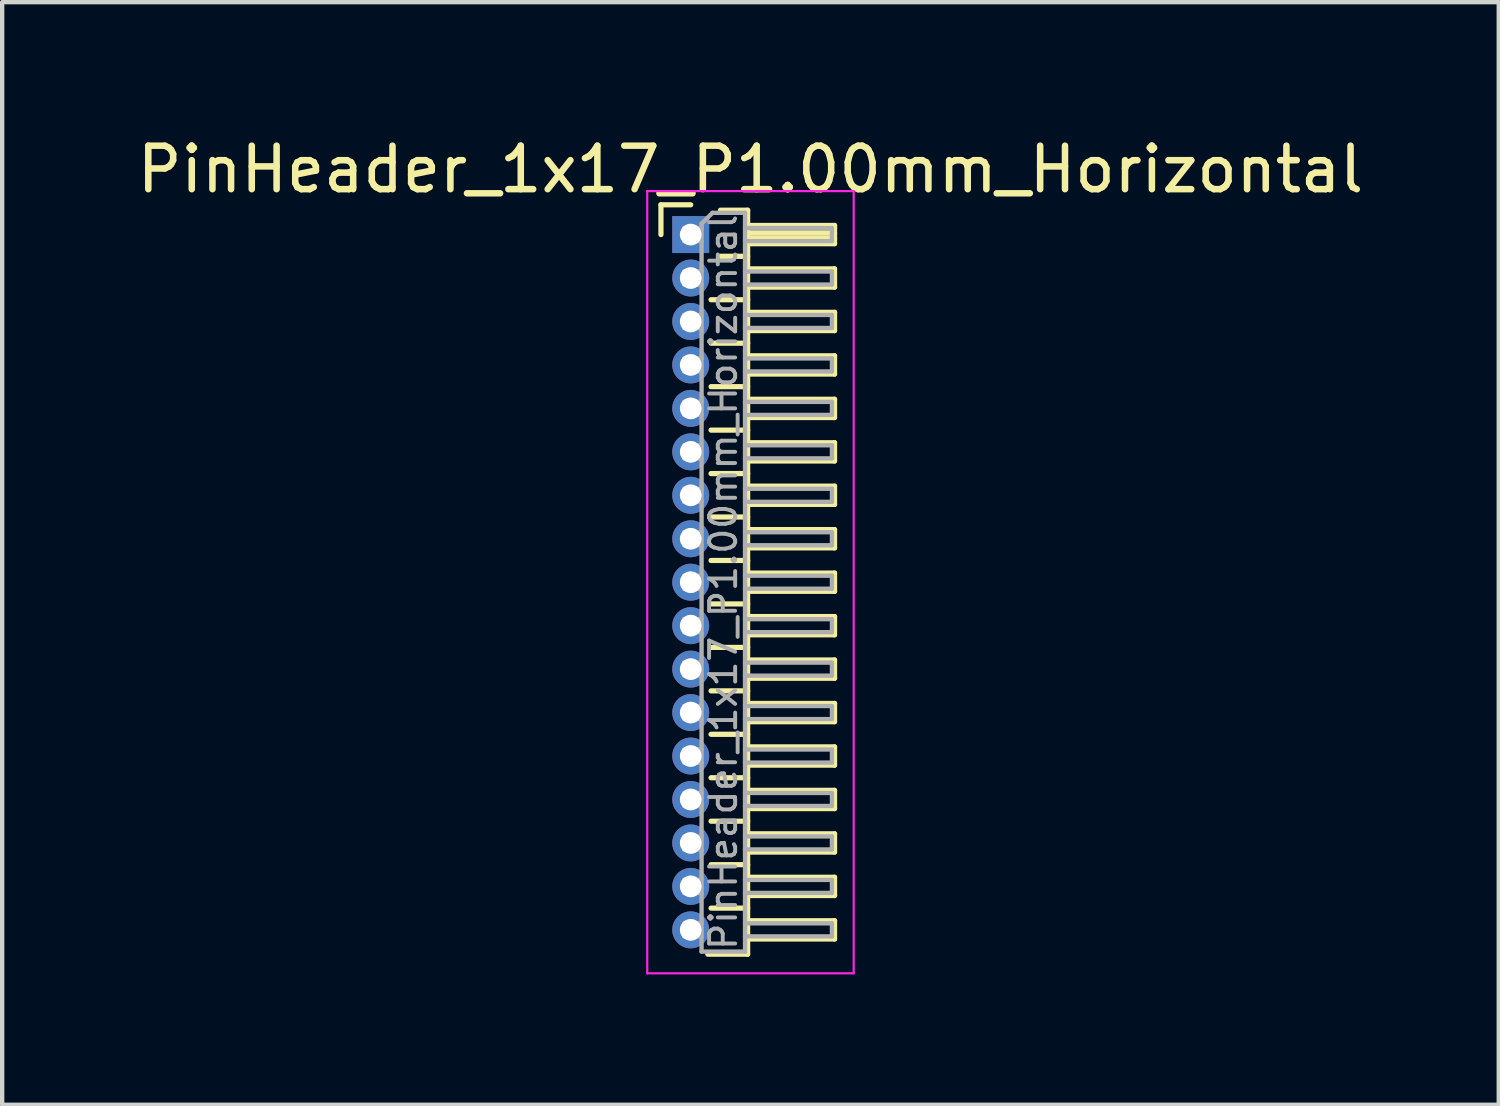
<source format=kicad_pcb>
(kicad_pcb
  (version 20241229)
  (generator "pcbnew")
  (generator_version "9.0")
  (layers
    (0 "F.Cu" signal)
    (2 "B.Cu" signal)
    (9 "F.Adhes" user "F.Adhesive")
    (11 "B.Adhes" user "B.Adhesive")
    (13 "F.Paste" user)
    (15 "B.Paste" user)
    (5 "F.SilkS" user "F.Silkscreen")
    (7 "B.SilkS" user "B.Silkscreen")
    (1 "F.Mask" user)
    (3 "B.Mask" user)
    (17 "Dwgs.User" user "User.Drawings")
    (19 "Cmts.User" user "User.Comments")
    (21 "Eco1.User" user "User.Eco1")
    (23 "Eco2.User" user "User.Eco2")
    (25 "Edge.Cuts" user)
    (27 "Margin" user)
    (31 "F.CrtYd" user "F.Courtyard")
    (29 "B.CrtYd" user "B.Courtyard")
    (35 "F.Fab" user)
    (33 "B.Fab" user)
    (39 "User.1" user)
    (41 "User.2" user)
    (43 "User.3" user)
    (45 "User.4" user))
  (footprint "PinHeader_1x17_P1.00mm_Horizontal"
    (layer "F.Cu")
    (at 12.845 2.348)
    (property "Reference" "PinHeader_1x17_P1.00mm_Horizontal" (at 1.375 -1.5 0) (layer "F.SilkS") (effects (font (size 1 1) (thickness 0.15))))
    (attr through_hole)
    (fp_line (start -0.685 -0.685) (end 0 -0.685) (stroke (width 0.12) (type solid)) (layer "F.SilkS"))
    (fp_line (start -0.685 0) (end -0.685 -0.685) (stroke (width 0.12) (type solid)) (layer "F.SilkS"))
    (fp_line (start 0.468 1.5) (end 1.31 1.5) (stroke (width 0.12) (type solid)) (layer "F.SilkS"))
    (fp_line (start 0.468 2.5) (end 1.31 2.5) (stroke (width 0.12) (type solid)) (layer "F.SilkS"))
    (fp_line (start 0.468 3.5) (end 1.31 3.5) (stroke (width 0.12) (type solid)) (layer "F.SilkS"))
    (fp_line (start 0.468 4.5) (end 1.31 4.5) (stroke (width 0.12) (type solid)) (layer "F.SilkS"))
    (fp_line (start 0.468 5.5) (end 1.31 5.5) (stroke (width 0.12) (type solid)) (layer "F.SilkS"))
    (fp_line (start 0.468 6.5) (end 1.31 6.5) (stroke (width 0.12) (type solid)) (layer "F.SilkS"))
    (fp_line (start 0.468 7.5) (end 1.31 7.5) (stroke (width 0.12) (type solid)) (layer "F.SilkS"))
    (fp_line (start 0.468 8.5) (end 1.31 8.5) (stroke (width 0.12) (type solid)) (layer "F.SilkS"))
    (fp_line (start 0.468 9.5) (end 1.31 9.5) (stroke (width 0.12) (type solid)) (layer "F.SilkS"))
    (fp_line (start 0.468 10.5) (end 1.31 10.5) (stroke (width 0.12) (type solid)) (layer "F.SilkS"))
    (fp_line (start 0.468 11.5) (end 1.31 11.5) (stroke (width 0.12) (type solid)) (layer "F.SilkS"))
    (fp_line (start 0.468 12.5) (end 1.31 12.5) (stroke (width 0.12) (type solid)) (layer "F.SilkS"))
    (fp_line (start 0.468 13.5) (end 1.31 13.5) (stroke (width 0.12) (type solid)) (layer "F.SilkS"))
    (fp_line (start 0.468 14.5) (end 1.31 14.5) (stroke (width 0.12) (type solid)) (layer "F.SilkS"))
    (fp_line (start 0.468 15.5) (end 1.31 15.5) (stroke (width 0.12) (type solid)) (layer "F.SilkS"))
    (fp_line (start 0.685 -0.56) (end 1.31 -0.56) (stroke (width 0.12) (type solid)) (layer "F.SilkS"))
    (fp_line (start 0.685 0.5) (end 1.31 0.5) (stroke (width 0.12) (type solid)) (layer "F.SilkS"))
    (fp_line (start 1.31 -0.56) (end 1.31 16.56) (stroke (width 0.12) (type solid)) (layer "F.SilkS"))
    (fp_line (start 1.31 -0.21) (end 3.31 -0.21) (stroke (width 0.12) (type solid)) (layer "F.SilkS"))
    (fp_line (start 1.31 -0.15) (end 3.31 -0.15) (stroke (width 0.12) (type solid)) (layer "F.SilkS"))
    (fp_line (start 1.31 -0.03) (end 3.31 -0.03) (stroke (width 0.12) (type solid)) (layer "F.SilkS"))
    (fp_line (start 1.31 0.09) (end 3.31 0.09) (stroke (width 0.12) (type solid)) (layer "F.SilkS"))
    (fp_line (start 1.31 0.79) (end 3.31 0.79) (stroke (width 0.12) (type solid)) (layer "F.SilkS"))
    (fp_line (start 1.31 1.79) (end 3.31 1.79) (stroke (width 0.12) (type solid)) (layer "F.SilkS"))
    (fp_line (start 1.31 2.79) (end 3.31 2.79) (stroke (width 0.12) (type solid)) (layer "F.SilkS"))
    (fp_line (start 1.31 3.79) (end 3.31 3.79) (stroke (width 0.12) (type solid)) (layer "F.SilkS"))
    (fp_line (start 1.31 4.79) (end 3.31 4.79) (stroke (width 0.12) (type solid)) (layer "F.SilkS"))
    (fp_line (start 1.31 5.79) (end 3.31 5.79) (stroke (width 0.12) (type solid)) (layer "F.SilkS"))
    (fp_line (start 1.31 6.79) (end 3.31 6.79) (stroke (width 0.12) (type solid)) (layer "F.SilkS"))
    (fp_line (start 1.31 7.79) (end 3.31 7.79) (stroke (width 0.12) (type solid)) (layer "F.SilkS"))
    (fp_line (start 1.31 8.79) (end 3.31 8.79) (stroke (width 0.12) (type solid)) (layer "F.SilkS"))
    (fp_line (start 1.31 9.79) (end 3.31 9.79) (stroke (width 0.12) (type solid)) (layer "F.SilkS"))
    (fp_line (start 1.31 10.79) (end 3.31 10.79) (stroke (width 0.12) (type solid)) (layer "F.SilkS"))
    (fp_line (start 1.31 11.79) (end 3.31 11.79) (stroke (width 0.12) (type solid)) (layer "F.SilkS"))
    (fp_line (start 1.31 12.79) (end 3.31 12.79) (stroke (width 0.12) (type solid)) (layer "F.SilkS"))
    (fp_line (start 1.31 13.79) (end 3.31 13.79) (stroke (width 0.12) (type solid)) (layer "F.SilkS"))
    (fp_line (start 1.31 14.79) (end 3.31 14.79) (stroke (width 0.12) (type solid)) (layer "F.SilkS"))
    (fp_line (start 1.31 15.79) (end 3.31 15.79) (stroke (width 0.12) (type solid)) (layer "F.SilkS"))
    (fp_line (start 1.31 16.56) (end 0.394 16.56) (stroke (width 0.12) (type solid)) (layer "F.SilkS"))
    (fp_line (start 3.31 -0.21) (end 3.31 0.21) (stroke (width 0.12) (type solid)) (layer "F.SilkS"))
    (fp_line (start 3.31 0.21) (end 1.31 0.21) (stroke (width 0.12) (type solid)) (layer "F.SilkS"))
    (fp_line (start 3.31 0.79) (end 3.31 1.21) (stroke (width 0.12) (type solid)) (layer "F.SilkS"))
    (fp_line (start 3.31 1.21) (end 1.31 1.21) (stroke (width 0.12) (type solid)) (layer "F.SilkS"))
    (fp_line (start 3.31 1.79) (end 3.31 2.21) (stroke (width 0.12) (type solid)) (layer "F.SilkS"))
    (fp_line (start 3.31 2.21) (end 1.31 2.21) (stroke (width 0.12) (type solid)) (layer "F.SilkS"))
    (fp_line (start 3.31 2.79) (end 3.31 3.21) (stroke (width 0.12) (type solid)) (layer "F.SilkS"))
    (fp_line (start 3.31 3.21) (end 1.31 3.21) (stroke (width 0.12) (type solid)) (layer "F.SilkS"))
    (fp_line (start 3.31 3.79) (end 3.31 4.21) (stroke (width 0.12) (type solid)) (layer "F.SilkS"))
    (fp_line (start 3.31 4.21) (end 1.31 4.21) (stroke (width 0.12) (type solid)) (layer "F.SilkS"))
    (fp_line (start 3.31 4.79) (end 3.31 5.21) (stroke (width 0.12) (type solid)) (layer "F.SilkS"))
    (fp_line (start 3.31 5.21) (end 1.31 5.21) (stroke (width 0.12) (type solid)) (layer "F.SilkS"))
    (fp_line (start 3.31 5.79) (end 3.31 6.21) (stroke (width 0.12) (type solid)) (layer "F.SilkS"))
    (fp_line (start 3.31 6.21) (end 1.31 6.21) (stroke (width 0.12) (type solid)) (layer "F.SilkS"))
    (fp_line (start 3.31 6.79) (end 3.31 7.21) (stroke (width 0.12) (type solid)) (layer "F.SilkS"))
    (fp_line (start 3.31 7.21) (end 1.31 7.21) (stroke (width 0.12) (type solid)) (layer "F.SilkS"))
    (fp_line (start 3.31 7.79) (end 3.31 8.21) (stroke (width 0.12) (type solid)) (layer "F.SilkS"))
    (fp_line (start 3.31 8.21) (end 1.31 8.21) (stroke (width 0.12) (type solid)) (layer "F.SilkS"))
    (fp_line (start 3.31 8.79) (end 3.31 9.21) (stroke (width 0.12) (type solid)) (layer "F.SilkS"))
    (fp_line (start 3.31 9.21) (end 1.31 9.21) (stroke (width 0.12) (type solid)) (layer "F.SilkS"))
    (fp_line (start 3.31 9.79) (end 3.31 10.21) (stroke (width 0.12) (type solid)) (layer "F.SilkS"))
    (fp_line (start 3.31 10.21) (end 1.31 10.21) (stroke (width 0.12) (type solid)) (layer "F.SilkS"))
    (fp_line (start 3.31 10.79) (end 3.31 11.21) (stroke (width 0.12) (type solid)) (layer "F.SilkS"))
    (fp_line (start 3.31 11.21) (end 1.31 11.21) (stroke (width 0.12) (type solid)) (layer "F.SilkS"))
    (fp_line (start 3.31 11.79) (end 3.31 12.21) (stroke (width 0.12) (type solid)) (layer "F.SilkS"))
    (fp_line (start 3.31 12.21) (end 1.31 12.21) (stroke (width 0.12) (type solid)) (layer "F.SilkS"))
    (fp_line (start 3.31 12.79) (end 3.31 13.21) (stroke (width 0.12) (type solid)) (layer "F.SilkS"))
    (fp_line (start 3.31 13.21) (end 1.31 13.21) (stroke (width 0.12) (type solid)) (layer "F.SilkS"))
    (fp_line (start 3.31 13.79) (end 3.31 14.21) (stroke (width 0.12) (type solid)) (layer "F.SilkS"))
    (fp_line (start 3.31 14.21) (end 1.31 14.21) (stroke (width 0.12) (type solid)) (layer "F.SilkS"))
    (fp_line (start 3.31 14.79) (end 3.31 15.21) (stroke (width 0.12) (type solid)) (layer "F.SilkS"))
    (fp_line (start 3.31 15.21) (end 1.31 15.21) (stroke (width 0.12) (type solid)) (layer "F.SilkS"))
    (fp_line (start 3.31 15.79) (end 3.31 16.21) (stroke (width 0.12) (type solid)) (layer "F.SilkS"))
    (fp_line (start 3.31 16.21) (end 1.31 16.21) (stroke (width 0.12) (type solid)) (layer "F.SilkS"))
    (fp_line (start -1 -1) (end -1 17) (stroke (width 0.05) (type solid)) (layer "F.CrtYd"))
    (fp_line (start -1 17) (end 3.75 17) (stroke (width 0.05) (type solid)) (layer "F.CrtYd"))
    (fp_line (start 3.75 -1) (end -1 -1) (stroke (width 0.05) (type solid)) (layer "F.CrtYd"))
    (fp_line (start 3.75 17) (end 3.75 -1) (stroke (width 0.05) (type solid)) (layer "F.CrtYd"))
    (fp_line (start -0.15 -0.15) (end -0.15 0.15) (stroke (width 0.1) (type solid)) (layer "F.Fab"))
    (fp_line (start -0.15 -0.15) (end 0.25 -0.15) (stroke (width 0.1) (type solid)) (layer "F.Fab"))
    (fp_line (start -0.15 0.15) (end 0.25 0.15) (stroke (width 0.1) (type solid)) (layer "F.Fab"))
    (fp_line (start -0.15 0.85) (end -0.15 1.15) (stroke (width 0.1) (type solid)) (layer "F.Fab"))
    (fp_line (start -0.15 0.85) (end 0.25 0.85) (stroke (width 0.1) (type solid)) (layer "F.Fab"))
    (fp_line (start -0.15 1.15) (end 0.25 1.15) (stroke (width 0.1) (type solid)) (layer "F.Fab"))
    (fp_line (start -0.15 1.85) (end -0.15 2.15) (stroke (width 0.1) (type solid)) (layer "F.Fab"))
    (fp_line (start -0.15 1.85) (end 0.25 1.85) (stroke (width 0.1) (type solid)) (layer "F.Fab"))
    (fp_line (start -0.15 2.15) (end 0.25 2.15) (stroke (width 0.1) (type solid)) (layer "F.Fab"))
    (fp_line (start -0.15 2.85) (end -0.15 3.15) (stroke (width 0.1) (type solid)) (layer "F.Fab"))
    (fp_line (start -0.15 2.85) (end 0.25 2.85) (stroke (width 0.1) (type solid)) (layer "F.Fab"))
    (fp_line (start -0.15 3.15) (end 0.25 3.15) (stroke (width 0.1) (type solid)) (layer "F.Fab"))
    (fp_line (start -0.15 3.85) (end -0.15 4.15) (stroke (width 0.1) (type solid)) (layer "F.Fab"))
    (fp_line (start -0.15 3.85) (end 0.25 3.85) (stroke (width 0.1) (type solid)) (layer "F.Fab"))
    (fp_line (start -0.15 4.15) (end 0.25 4.15) (stroke (width 0.1) (type solid)) (layer "F.Fab"))
    (fp_line (start -0.15 4.85) (end -0.15 5.15) (stroke (width 0.1) (type solid)) (layer "F.Fab"))
    (fp_line (start -0.15 4.85) (end 0.25 4.85) (stroke (width 0.1) (type solid)) (layer "F.Fab"))
    (fp_line (start -0.15 5.15) (end 0.25 5.15) (stroke (width 0.1) (type solid)) (layer "F.Fab"))
    (fp_line (start -0.15 5.85) (end -0.15 6.15) (stroke (width 0.1) (type solid)) (layer "F.Fab"))
    (fp_line (start -0.15 5.85) (end 0.25 5.85) (stroke (width 0.1) (type solid)) (layer "F.Fab"))
    (fp_line (start -0.15 6.15) (end 0.25 6.15) (stroke (width 0.1) (type solid)) (layer "F.Fab"))
    (fp_line (start -0.15 6.85) (end -0.15 7.15) (stroke (width 0.1) (type solid)) (layer "F.Fab"))
    (fp_line (start -0.15 6.85) (end 0.25 6.85) (stroke (width 0.1) (type solid)) (layer "F.Fab"))
    (fp_line (start -0.15 7.15) (end 0.25 7.15) (stroke (width 0.1) (type solid)) (layer "F.Fab"))
    (fp_line (start -0.15 7.85) (end -0.15 8.15) (stroke (width 0.1) (type solid)) (layer "F.Fab"))
    (fp_line (start -0.15 7.85) (end 0.25 7.85) (stroke (width 0.1) (type solid)) (layer "F.Fab"))
    (fp_line (start -0.15 8.15) (end 0.25 8.15) (stroke (width 0.1) (type solid)) (layer "F.Fab"))
    (fp_line (start -0.15 8.85) (end -0.15 9.15) (stroke (width 0.1) (type solid)) (layer "F.Fab"))
    (fp_line (start -0.15 8.85) (end 0.25 8.85) (stroke (width 0.1) (type solid)) (layer "F.Fab"))
    (fp_line (start -0.15 9.15) (end 0.25 9.15) (stroke (width 0.1) (type solid)) (layer "F.Fab"))
    (fp_line (start -0.15 9.85) (end -0.15 10.15) (stroke (width 0.1) (type solid)) (layer "F.Fab"))
    (fp_line (start -0.15 9.85) (end 0.25 9.85) (stroke (width 0.1) (type solid)) (layer "F.Fab"))
    (fp_line (start -0.15 10.15) (end 0.25 10.15) (stroke (width 0.1) (type solid)) (layer "F.Fab"))
    (fp_line (start -0.15 10.85) (end -0.15 11.15) (stroke (width 0.1) (type solid)) (layer "F.Fab"))
    (fp_line (start -0.15 10.85) (end 0.25 10.85) (stroke (width 0.1) (type solid)) (layer "F.Fab"))
    (fp_line (start -0.15 11.15) (end 0.25 11.15) (stroke (width 0.1) (type solid)) (layer "F.Fab"))
    (fp_line (start -0.15 11.85) (end -0.15 12.15) (stroke (width 0.1) (type solid)) (layer "F.Fab"))
    (fp_line (start -0.15 11.85) (end 0.25 11.85) (stroke (width 0.1) (type solid)) (layer "F.Fab"))
    (fp_line (start -0.15 12.15) (end 0.25 12.15) (stroke (width 0.1) (type solid)) (layer "F.Fab"))
    (fp_line (start -0.15 12.85) (end -0.15 13.15) (stroke (width 0.1) (type solid)) (layer "F.Fab"))
    (fp_line (start -0.15 12.85) (end 0.25 12.85) (stroke (width 0.1) (type solid)) (layer "F.Fab"))
    (fp_line (start -0.15 13.15) (end 0.25 13.15) (stroke (width 0.1) (type solid)) (layer "F.Fab"))
    (fp_line (start -0.15 13.85) (end -0.15 14.15) (stroke (width 0.1) (type solid)) (layer "F.Fab"))
    (fp_line (start -0.15 13.85) (end 0.25 13.85) (stroke (width 0.1) (type solid)) (layer "F.Fab"))
    (fp_line (start -0.15 14.15) (end 0.25 14.15) (stroke (width 0.1) (type solid)) (layer "F.Fab"))
    (fp_line (start -0.15 14.85) (end -0.15 15.15) (stroke (width 0.1) (type solid)) (layer "F.Fab"))
    (fp_line (start -0.15 14.85) (end 0.25 14.85) (stroke (width 0.1) (type solid)) (layer "F.Fab"))
    (fp_line (start -0.15 15.15) (end 0.25 15.15) (stroke (width 0.1) (type solid)) (layer "F.Fab"))
    (fp_line (start -0.15 15.85) (end -0.15 16.15) (stroke (width 0.1) (type solid)) (layer "F.Fab"))
    (fp_line (start -0.15 15.85) (end 0.25 15.85) (stroke (width 0.1) (type solid)) (layer "F.Fab"))
    (fp_line (start -0.15 16.15) (end 0.25 16.15) (stroke (width 0.1) (type solid)) (layer "F.Fab"))
    (fp_line (start 0.25 -0.25) (end 0.5 -0.5) (stroke (width 0.1) (type solid)) (layer "F.Fab"))
    (fp_line (start 0.25 16.5) (end 0.25 -0.25) (stroke (width 0.1) (type solid)) (layer "F.Fab"))
    (fp_line (start 0.5 -0.5) (end 1.25 -0.5) (stroke (width 0.1) (type solid)) (layer "F.Fab"))
    (fp_line (start 1.25 -0.5) (end 1.25 16.5) (stroke (width 0.1) (type solid)) (layer "F.Fab"))
    (fp_line (start 1.25 -0.15) (end 3.25 -0.15) (stroke (width 0.1) (type solid)) (layer "F.Fab"))
    (fp_line (start 1.25 0.15) (end 3.25 0.15) (stroke (width 0.1) (type solid)) (layer "F.Fab"))
    (fp_line (start 1.25 0.85) (end 3.25 0.85) (stroke (width 0.1) (type solid)) (layer "F.Fab"))
    (fp_line (start 1.25 1.15) (end 3.25 1.15) (stroke (width 0.1) (type solid)) (layer "F.Fab"))
    (fp_line (start 1.25 1.85) (end 3.25 1.85) (stroke (width 0.1) (type solid)) (layer "F.Fab"))
    (fp_line (start 1.25 2.15) (end 3.25 2.15) (stroke (width 0.1) (type solid)) (layer "F.Fab"))
    (fp_line (start 1.25 2.85) (end 3.25 2.85) (stroke (width 0.1) (type solid)) (layer "F.Fab"))
    (fp_line (start 1.25 3.15) (end 3.25 3.15) (stroke (width 0.1) (type solid)) (layer "F.Fab"))
    (fp_line (start 1.25 3.85) (end 3.25 3.85) (stroke (width 0.1) (type solid)) (layer "F.Fab"))
    (fp_line (start 1.25 4.15) (end 3.25 4.15) (stroke (width 0.1) (type solid)) (layer "F.Fab"))
    (fp_line (start 1.25 4.85) (end 3.25 4.85) (stroke (width 0.1) (type solid)) (layer "F.Fab"))
    (fp_line (start 1.25 5.15) (end 3.25 5.15) (stroke (width 0.1) (type solid)) (layer "F.Fab"))
    (fp_line (start 1.25 5.85) (end 3.25 5.85) (stroke (width 0.1) (type solid)) (layer "F.Fab"))
    (fp_line (start 1.25 6.15) (end 3.25 6.15) (stroke (width 0.1) (type solid)) (layer "F.Fab"))
    (fp_line (start 1.25 6.85) (end 3.25 6.85) (stroke (width 0.1) (type solid)) (layer "F.Fab"))
    (fp_line (start 1.25 7.15) (end 3.25 7.15) (stroke (width 0.1) (type solid)) (layer "F.Fab"))
    (fp_line (start 1.25 7.85) (end 3.25 7.85) (stroke (width 0.1) (type solid)) (layer "F.Fab"))
    (fp_line (start 1.25 8.15) (end 3.25 8.15) (stroke (width 0.1) (type solid)) (layer "F.Fab"))
    (fp_line (start 1.25 8.85) (end 3.25 8.85) (stroke (width 0.1) (type solid)) (layer "F.Fab"))
    (fp_line (start 1.25 9.15) (end 3.25 9.15) (stroke (width 0.1) (type solid)) (layer "F.Fab"))
    (fp_line (start 1.25 9.85) (end 3.25 9.85) (stroke (width 0.1) (type solid)) (layer "F.Fab"))
    (fp_line (start 1.25 10.15) (end 3.25 10.15) (stroke (width 0.1) (type solid)) (layer "F.Fab"))
    (fp_line (start 1.25 10.85) (end 3.25 10.85) (stroke (width 0.1) (type solid)) (layer "F.Fab"))
    (fp_line (start 1.25 11.15) (end 3.25 11.15) (stroke (width 0.1) (type solid)) (layer "F.Fab"))
    (fp_line (start 1.25 11.85) (end 3.25 11.85) (stroke (width 0.1) (type solid)) (layer "F.Fab"))
    (fp_line (start 1.25 12.15) (end 3.25 12.15) (stroke (width 0.1) (type solid)) (layer "F.Fab"))
    (fp_line (start 1.25 12.85) (end 3.25 12.85) (stroke (width 0.1) (type solid)) (layer "F.Fab"))
    (fp_line (start 1.25 13.15) (end 3.25 13.15) (stroke (width 0.1) (type solid)) (layer "F.Fab"))
    (fp_line (start 1.25 13.85) (end 3.25 13.85) (stroke (width 0.1) (type solid)) (layer "F.Fab"))
    (fp_line (start 1.25 14.15) (end 3.25 14.15) (stroke (width 0.1) (type solid)) (layer "F.Fab"))
    (fp_line (start 1.25 14.85) (end 3.25 14.85) (stroke (width 0.1) (type solid)) (layer "F.Fab"))
    (fp_line (start 1.25 15.15) (end 3.25 15.15) (stroke (width 0.1) (type solid)) (layer "F.Fab"))
    (fp_line (start 1.25 15.85) (end 3.25 15.85) (stroke (width 0.1) (type solid)) (layer "F.Fab"))
    (fp_line (start 1.25 16.15) (end 3.25 16.15) (stroke (width 0.1) (type solid)) (layer "F.Fab"))
    (fp_line (start 1.25 16.5) (end 0.25 16.5) (stroke (width 0.1) (type solid)) (layer "F.Fab"))
    (fp_line (start 3.25 -0.15) (end 3.25 0.15) (stroke (width 0.1) (type solid)) (layer "F.Fab"))
    (fp_line (start 3.25 0.85) (end 3.25 1.15) (stroke (width 0.1) (type solid)) (layer "F.Fab"))
    (fp_line (start 3.25 1.85) (end 3.25 2.15) (stroke (width 0.1) (type solid)) (layer "F.Fab"))
    (fp_line (start 3.25 2.85) (end 3.25 3.15) (stroke (width 0.1) (type solid)) (layer "F.Fab"))
    (fp_line (start 3.25 3.85) (end 3.25 4.15) (stroke (width 0.1) (type solid)) (layer "F.Fab"))
    (fp_line (start 3.25 4.85) (end 3.25 5.15) (stroke (width 0.1) (type solid)) (layer "F.Fab"))
    (fp_line (start 3.25 5.85) (end 3.25 6.15) (stroke (width 0.1) (type solid)) (layer "F.Fab"))
    (fp_line (start 3.25 6.85) (end 3.25 7.15) (stroke (width 0.1) (type solid)) (layer "F.Fab"))
    (fp_line (start 3.25 7.85) (end 3.25 8.15) (stroke (width 0.1) (type solid)) (layer "F.Fab"))
    (fp_line (start 3.25 8.85) (end 3.25 9.15) (stroke (width 0.1) (type solid)) (layer "F.Fab"))
    (fp_line (start 3.25 9.85) (end 3.25 10.15) (stroke (width 0.1) (type solid)) (layer "F.Fab"))
    (fp_line (start 3.25 10.85) (end 3.25 11.15) (stroke (width 0.1) (type solid)) (layer "F.Fab"))
    (fp_line (start 3.25 11.85) (end 3.25 12.15) (stroke (width 0.1) (type solid)) (layer "F.Fab"))
    (fp_line (start 3.25 12.85) (end 3.25 13.15) (stroke (width 0.1) (type solid)) (layer "F.Fab"))
    (fp_line (start 3.25 13.85) (end 3.25 14.15) (stroke (width 0.1) (type solid)) (layer "F.Fab"))
    (fp_line (start 3.25 14.85) (end 3.25 15.15) (stroke (width 0.1) (type solid)) (layer "F.Fab"))
    (fp_line (start 3.25 15.85) (end 3.25 16.15) (stroke (width 0.1) (type solid)) (layer "F.Fab"))
    (fp_text user "${REFERENCE}" (at 0.75 8 90) (layer "F.Fab") (effects (font (size 0.6 0.6) (thickness 0.09))))
    (pad "1" thru_hole rect (at 0 0) (size 0.85 0.85) (drill 0.5) (layers "*.Cu" "*.Mask"))
    (pad "2" thru_hole oval (at 0 1) (size 0.85 0.85) (drill 0.5) (layers "*.Cu" "*.Mask"))
    (pad "3" thru_hole oval (at 0 2) (size 0.85 0.85) (drill 0.5) (layers "*.Cu" "*.Mask"))
    (pad "4" thru_hole oval (at 0 3) (size 0.85 0.85) (drill 0.5) (layers "*.Cu" "*.Mask"))
    (pad "5" thru_hole oval (at 0 4) (size 0.85 0.85) (drill 0.5) (layers "*.Cu" "*.Mask"))
    (pad "6" thru_hole oval (at 0 5) (size 0.85 0.85) (drill 0.5) (layers "*.Cu" "*.Mask"))
    (pad "7" thru_hole oval (at 0 6) (size 0.85 0.85) (drill 0.5) (layers "*.Cu" "*.Mask"))
    (pad "8" thru_hole oval (at 0 7) (size 0.85 0.85) (drill 0.5) (layers "*.Cu" "*.Mask"))
    (pad "9" thru_hole oval (at 0 8) (size 0.85 0.85) (drill 0.5) (layers "*.Cu" "*.Mask"))
    (pad "10" thru_hole oval (at 0 9) (size 0.85 0.85) (drill 0.5) (layers "*.Cu" "*.Mask"))
    (pad "11" thru_hole oval (at 0 10) (size 0.85 0.85) (drill 0.5) (layers "*.Cu" "*.Mask"))
    (pad "12" thru_hole oval (at 0 11) (size 0.85 0.85) (drill 0.5) (layers "*.Cu" "*.Mask"))
    (pad "13" thru_hole oval (at 0 12) (size 0.85 0.85) (drill 0.5) (layers "*.Cu" "*.Mask"))
    (pad "14" thru_hole oval (at 0 13) (size 0.85 0.85) (drill 0.5) (layers "*.Cu" "*.Mask"))
    (pad "15" thru_hole oval (at 0 14) (size 0.85 0.85) (drill 0.5) (layers "*.Cu" "*.Mask"))
    (pad "16" thru_hole oval (at 0 15) (size 0.85 0.85) (drill 0.5) (layers "*.Cu" "*.Mask"))
    (pad "17" thru_hole oval (at 0 16) (size 0.85 0.85) (drill 0.5) (layers "*.Cu" "*.Mask")))
  (gr_rect
    (start -3 -3)
    (end 31.44 22.373)
    (stroke (width 0.1) (type default))
    (fill no)
    (layer "Edge.Cuts")))
</source>
